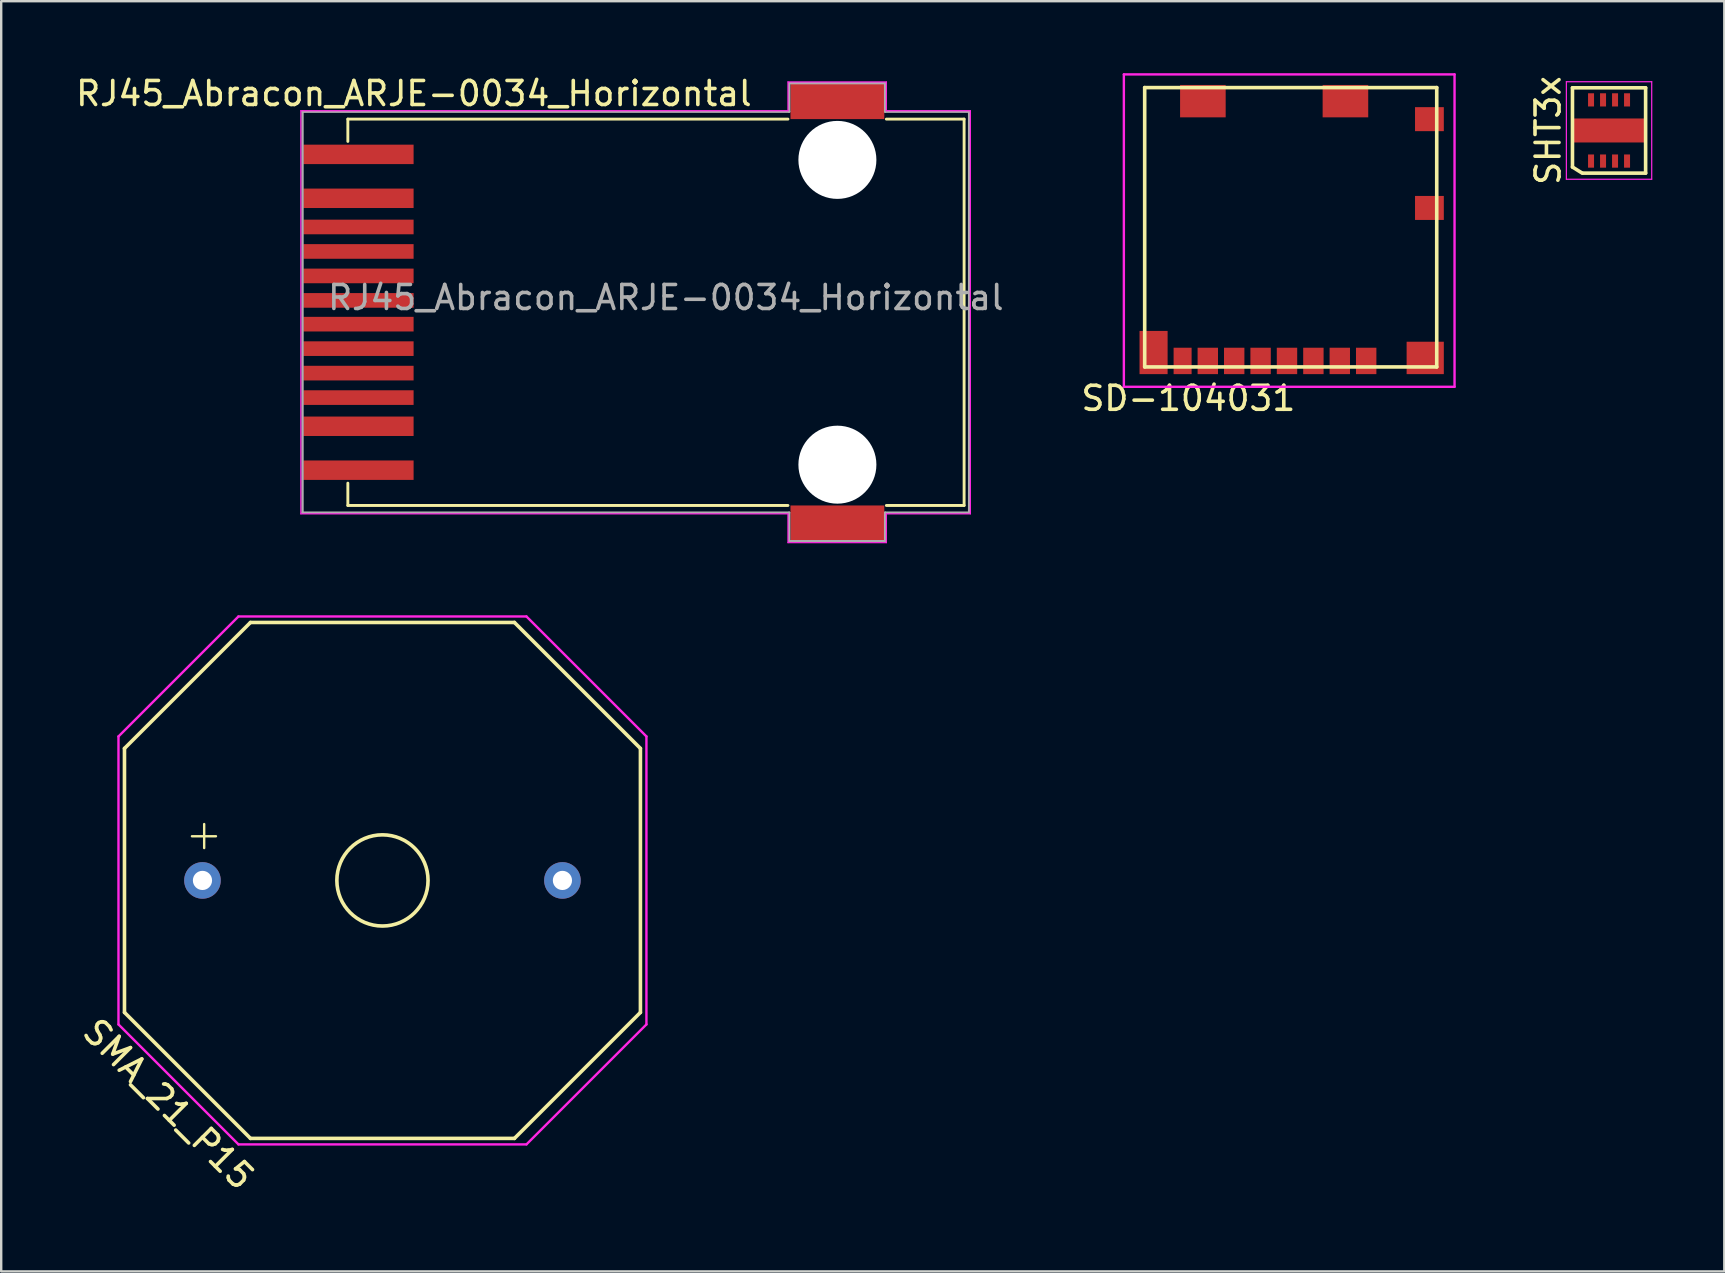
<source format=kicad_pcb>
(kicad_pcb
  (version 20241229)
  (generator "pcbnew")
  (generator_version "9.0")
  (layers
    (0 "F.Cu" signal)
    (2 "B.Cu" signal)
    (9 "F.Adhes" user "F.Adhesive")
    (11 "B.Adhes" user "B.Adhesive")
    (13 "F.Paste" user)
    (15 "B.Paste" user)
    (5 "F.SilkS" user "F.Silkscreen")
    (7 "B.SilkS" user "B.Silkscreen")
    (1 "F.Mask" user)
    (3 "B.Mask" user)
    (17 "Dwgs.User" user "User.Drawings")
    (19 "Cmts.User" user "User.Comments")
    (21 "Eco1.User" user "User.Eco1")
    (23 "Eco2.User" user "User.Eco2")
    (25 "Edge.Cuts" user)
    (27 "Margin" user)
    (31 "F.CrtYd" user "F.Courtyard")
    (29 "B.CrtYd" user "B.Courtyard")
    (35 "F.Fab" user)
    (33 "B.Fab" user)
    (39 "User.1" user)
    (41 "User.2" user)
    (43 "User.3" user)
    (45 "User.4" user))
  (footprint "RJ45_Abracon_ARJE-0034_Horizontal"
    (layer "F.Cu")
    (at 24.285 9.963)
    (property "Reference" "RJ45_Abracon_ARJE-0034_Horizontal" (at -10.089 -9.115 0) (layer "F.SilkS") (effects (font (size 1 1) (thickness 0.15))))
    (attr smd)
    (fp_line (start -12.84 -7.12) (end -12.84 -8.05) (stroke (width 0.12) (type solid)) (layer "F.SilkS"))
    (fp_line (start -12.84 8.05) (end -12.84 7.12) (stroke (width 0.12) (type solid)) (layer "F.SilkS"))
    (fp_line (start -12.84 8.05) (end 5.5 8.05) (stroke (width 0.12) (type solid)) (layer "F.SilkS"))
    (fp_line (start 5.5 -8.05) (end -12.84 -8.05) (stroke (width 0.12) (type solid)) (layer "F.SilkS"))
    (fp_line (start 9.6 8.05) (end 12.84 8.05) (stroke (width 0.12) (type solid)) (layer "F.SilkS"))
    (fp_line (start 12.84 -8.05) (end 9.6 -8.05) (stroke (width 0.12) (type solid)) (layer "F.SilkS"))
    (fp_line (start 12.84 8.05) (end 12.84 -8.05) (stroke (width 0.12) (type solid)) (layer "F.SilkS"))
    (fp_line (start -14.8 -8.4) (end -14.8 8.4) (stroke (width 0.05) (type solid)) (layer "F.CrtYd"))
    (fp_line (start 5.5 -9.6) (end 5.5 -8.4) (stroke (width 0.05) (type solid)) (layer "F.CrtYd"))
    (fp_line (start 5.5 -8.4) (end -14.8 -8.4) (stroke (width 0.05) (type solid)) (layer "F.CrtYd"))
    (fp_line (start 5.5 8.4) (end -14.8 8.4) (stroke (width 0.05) (type solid)) (layer "F.CrtYd"))
    (fp_line (start 5.5 8.4) (end 5.5 9.6) (stroke (width 0.05) (type solid)) (layer "F.CrtYd"))
    (fp_line (start 9.6 -9.6) (end 5.5 -9.6) (stroke (width 0.05) (type solid)) (layer "F.CrtYd"))
    (fp_line (start 9.6 -9.6) (end 9.6 -8.4) (stroke (width 0.05) (type solid)) (layer "F.CrtYd"))
    (fp_line (start 9.6 8.4) (end 9.6 9.6) (stroke (width 0.05) (type solid)) (layer "F.CrtYd"))
    (fp_line (start 9.6 9.6) (end 5.5 9.6) (stroke (width 0.05) (type solid)) (layer "F.CrtYd"))
    (fp_line (start 13.101 -8.4) (end 9.6 -8.4) (stroke (width 0.05) (type solid)) (layer "F.CrtYd"))
    (fp_line (start 13.101 8.4) (end 9.6 8.4) (stroke (width 0.05) (type solid)) (layer "F.CrtYd"))
    (fp_line (start 13.101 8.4) (end 13.101 -8.4) (stroke (width 0.05) (type solid)) (layer "F.CrtYd"))
    (fp_line (start -14.73 -8.36) (end -14.73 8.35) (stroke (width 0.1) (type solid)) (layer "F.Fab"))
    (fp_line (start 5.55 -9.55) (end 5.55 -8.36) (stroke (width 0.1) (type solid)) (layer "F.Fab"))
    (fp_line (start 5.55 -9.55) (end 9.55 -9.55) (stroke (width 0.1) (type solid)) (layer "F.Fab"))
    (fp_line (start 5.55 -8.36) (end -14.73 -8.36) (stroke (width 0.1) (type solid)) (layer "F.Fab"))
    (fp_line (start 5.55 8.35) (end -14.73 8.35) (stroke (width 0.1) (type solid)) (layer "F.Fab"))
    (fp_line (start 5.55 8.35) (end 5.55 9.54) (stroke (width 0.1) (type solid)) (layer "F.Fab"))
    (fp_line (start 5.55 9.54) (end 9.55 9.54) (stroke (width 0.1) (type solid)) (layer "F.Fab"))
    (fp_line (start 9.55 -8.36) (end 9.55 -9.55) (stroke (width 0.1) (type solid)) (layer "F.Fab"))
    (fp_line (start 9.55 -8.36) (end 13.05 -8.36) (stroke (width 0.1) (type solid)) (layer "F.Fab"))
    (fp_line (start 9.55 8.35) (end 9.55 9.54) (stroke (width 0.1) (type solid)) (layer "F.Fab"))
    (fp_line (start 13.05 8.35) (end 9.55 8.35) (stroke (width 0.1) (type solid)) (layer "F.Fab"))
    (fp_line (start 13.05 8.35) (end 13.05 -8.36) (stroke (width 0.1) (type solid)) (layer "F.Fab"))
    (fp_text user "${REFERENCE}" (at 0.411 -0.615 180) (layer "F.Fab") (effects (font (size 1 1) (thickness 0.15))))
    (pad "" np_thru_hole circle (at 7.56 -6.35 90) (size 3.25 3.25) (drill 3.25) (layers "*.Cu" "*.Mask"))
    (pad "" np_thru_hole circle (at 7.56 6.35 90) (size 3.25 3.25) (drill 3.25) (layers "*.Cu" "*.Mask"))
    (pad "1" smd rect (at -12.4 -6.58) (size 4.6 0.81) (layers "F.Cu" "F.Mask" "F.Paste"))
    (pad "2" smd rect (at -12.4 -4.75) (size 4.6 0.81) (layers "F.Cu" "F.Mask" "F.Paste"))
    (pad "3" smd rect (at -12.4 -3.555) (size 4.6 0.61) (layers "F.Cu" "F.Mask" "F.Paste"))
    (pad "4" smd rect (at -12.4 -2.535) (size 4.6 0.61) (layers "F.Cu" "F.Mask" "F.Paste"))
    (pad "5" smd rect (at -12.4 -1.515) (size 4.6 0.61) (layers "F.Cu" "F.Mask" "F.Paste"))
    (pad "6" smd rect (at -12.4 -0.495) (size 4.6 0.61) (layers "F.Cu" "F.Mask" "F.Paste"))
    (pad "7" smd rect (at -12.4 0.495) (size 4.6 0.61) (layers "F.Cu" "F.Mask" "F.Paste"))
    (pad "8" smd rect (at -12.4 1.515) (size 4.6 0.61) (layers "F.Cu" "F.Mask" "F.Paste"))
    (pad "9" smd rect (at -12.4 2.535) (size 4.6 0.61) (layers "F.Cu" "F.Mask" "F.Paste"))
    (pad "10" smd rect (at -12.4 3.555) (size 4.6 0.61) (layers "F.Cu" "F.Mask" "F.Paste"))
    (pad "11" smd rect (at -12.4 4.75) (size 4.6 0.81) (layers "F.Cu" "F.Mask" "F.Paste"))
    (pad "12" smd rect (at -12.4 6.58) (size 4.6 0.81) (layers "F.Cu" "F.Mask" "F.Paste"))
    (pad "13" smd rect (at 7.56 8.8) (size 3.91 1.5) (layers "F.Cu" "F.Mask" "F.Paste"))
    (pad "14" smd rect (at 7.56 -8.8) (size 3.91 1.5) (layers "F.Cu" "F.Mask" "F.Paste")))
  (footprint "SD-104031"
    (layer "F.Cu")
    (at 50.45 6.4)
    (property "Reference" "SD-104031" (at -3.98 7.15 0) (layer "F.SilkS") (effects (font (size 1 1) (thickness 0.15))))
    (attr smd)
    (fp_line (start -5.8 5.84) (end 6.37 5.84) (stroke (width 0.15) (type solid)) (layer "F.SilkS"))
    (fp_line (start -5.8 -5.8) (end -5.8 5.84) (stroke (width 0.15) (type solid)) (layer "F.SilkS"))
    (fp_line (start 6.37 -5.8) (end -5.8 -5.8) (stroke (width 0.15) (type solid)) (layer "F.SilkS"))
    (fp_line (start 6.37 5.84) (end 6.37 -5.8) (stroke (width 0.15) (type solid)) (layer "F.SilkS"))
    (fp_line (start -6.668 -6.35) (end -6.668 6.668) (stroke (width 0.1) (type solid)) (layer "F.CrtYd"))
    (fp_line (start -6.668 -6.35) (end 7.112 -6.35) (stroke (width 0.1) (type solid)) (layer "F.CrtYd"))
    (fp_line (start 7.112 6.668) (end -6.668 6.668) (stroke (width 0.1) (type solid)) (layer "F.CrtYd"))
    (fp_line (start 7.112 6.668) (end 7.112 -6.35) (stroke (width 0.1) (type solid)) (layer "F.CrtYd"))
    (pad "1" smd rect (at -4.22 5.59) (size 0.75 1.1) (layers "F.Cu" "F.Mask" "F.Paste"))
    (pad "2" smd rect (at -3.17 5.59) (size 0.85 1.1) (layers "F.Cu" "F.Mask" "F.Paste"))
    (pad "3" smd rect (at -2.07 5.59) (size 0.85 1.1) (layers "F.Cu" "F.Mask" "F.Paste"))
    (pad "4" smd rect (at -0.97 5.59) (size 0.85 1.1) (layers "F.Cu" "F.Mask" "F.Paste"))
    (pad "5" smd rect (at 0.13 5.59) (size 0.85 1.1) (layers "F.Cu" "F.Mask" "F.Paste"))
    (pad "6" smd rect (at 1.23 5.59) (size 0.85 1.1) (layers "F.Cu" "F.Mask" "F.Paste"))
    (pad "7" smd rect (at 2.33 5.59) (size 0.85 1.1) (layers "F.Cu" "F.Mask" "F.Paste"))
    (pad "8" smd rect (at 3.43 5.59) (size 0.85 1.1) (layers "F.Cu" "F.Mask" "F.Paste"))
    (pad "9" smd rect (at -5.43 5.24) (size 1.17 1.8) (layers "F.Cu" "F.Mask" "F.Paste"))
    (pad "9" smd rect (at -3.375 -5.235) (size 1.9 1.35) (layers "F.Cu" "F.Mask" "F.Paste"))
    (pad "9" smd rect (at 2.565 -5.235) (size 1.9 1.35) (layers "F.Cu" "F.Mask" "F.Paste"))
    (pad "9" smd rect (at 5.89 5.465) (size 1.55 1.35) (layers "F.Cu" "F.Mask" "F.Paste"))
    (pad "10" smd rect (at 6.065 -0.785) (size 1.2 1) (layers "F.Cu" "F.Mask" "F.Paste"))
    (pad "11" smd rect (at 6.065 -4.485) (size 1.2 1) (layers "F.Cu" "F.Mask" "F.Paste")))
  (footprint "SMA_21_P15"
    (layer "F.Cu")
    (at 12.887 33.638)
    (property "Reference" "SMA_21_P15" (at -8.915 9.322 315) (layer "F.SilkS") (effects (font (size 1 1) (thickness 0.15))))
    (attr through_hole)
    (fp_line (start -10.75 -5.5) (end -10.75 5.5) (stroke (width 0.15) (type solid)) (layer "F.SilkS"))
    (fp_line (start -10.75 -5.5) (end -5.502 -10.748) (stroke (width 0.15) (type solid)) (layer "F.SilkS"))
    (fp_line (start -10.748 5.502) (end -5.5 10.75) (stroke (width 0.15) (type solid)) (layer "F.SilkS"))
    (fp_line (start -7.938 -1.841) (end -6.938 -1.841) (stroke (width 0.1) (type solid)) (layer "F.SilkS"))
    (fp_line (start -7.429 -2.349) (end -7.429 -1.349) (stroke (width 0.1) (type solid)) (layer "F.SilkS"))
    (fp_line (start -5.5 -10.75) (end 5.5 -10.75) (stroke (width 0.15) (type solid)) (layer "F.SilkS"))
    (fp_line (start -5.5 10.75) (end 5.5 10.75) (stroke (width 0.15) (type solid)) (layer "F.SilkS"))
    (fp_line (start 5.5 -10.75) (end 10.748 -5.502) (stroke (width 0.15) (type solid)) (layer "F.SilkS"))
    (fp_line (start 5.5 10.75) (end 10.748 5.502) (stroke (width 0.15) (type solid)) (layer "F.SilkS"))
    (fp_line (start 10.75 -5.5) (end 10.75 5.5) (stroke (width 0.15) (type solid)) (layer "F.SilkS"))
    (fp_circle (center 0 0) (end 1.9 0) (stroke (width 0.15) (type solid)) (fill no) (layer "F.SilkS"))
    (fp_line (start -11 -6) (end -11 6) (stroke (width 0.1) (type solid)) (layer "F.CrtYd"))
    (fp_line (start -11 -6) (end -6.004 -10.996) (stroke (width 0.1) (type solid)) (layer "F.CrtYd"))
    (fp_line (start -10.996 6.004) (end -6 11) (stroke (width 0.1) (type solid)) (layer "F.CrtYd"))
    (fp_line (start -6 -11) (end 6 -11) (stroke (width 0.1) (type solid)) (layer "F.CrtYd"))
    (fp_line (start -6 11) (end 6 11) (stroke (width 0.1) (type solid)) (layer "F.CrtYd"))
    (fp_line (start 6 -11) (end 11.002 -5.998) (stroke (width 0.1) (type solid)) (layer "F.CrtYd"))
    (fp_line (start 6.004 10.996) (end 11 6) (stroke (width 0.1) (type solid)) (layer "F.CrtYd"))
    (fp_line (start 11 -6) (end 11 6) (stroke (width 0.1) (type solid)) (layer "F.CrtYd"))
    (pad "1" thru_hole circle (at -7.5 0) (size 1.524 1.524) (drill 0.8) (layers "*.Cu" "*.Mask"))
    (pad "2" thru_hole circle (at 7.5 0) (size 1.524 1.524) (drill 0.8) (layers "*.Cu" "*.Mask")))
  (footprint "SHT3x"
    (layer "F.Cu")
    (at 64 2.387)
    (property "Reference" "SHT3x" (at -2.54 0 90) (layer "F.SilkS") (effects (font (size 1 1) (thickness 0.15))))
    (attr smd)
    (fp_line (start -1.524 -1.778) (end 1.524 -1.778) (stroke (width 0.15) (type solid)) (layer "F.SilkS"))
    (fp_line (start -1.524 1.524) (end -1.524 -1.778) (stroke (width 0.15) (type solid)) (layer "F.SilkS"))
    (fp_line (start -1.118 1.778) (end -1.524 1.524) (stroke (width 0.15) (type solid)) (layer "F.SilkS"))
    (fp_line (start 1.524 -1.778) (end 1.524 1.778) (stroke (width 0.15) (type solid)) (layer "F.SilkS"))
    (fp_line (start 1.524 1.778) (end -1.09 1.778) (stroke (width 0.15) (type solid)) (layer "F.SilkS"))
    (fp_line (start -1.778 -2.032) (end 1.778 -2.032) (stroke (width 0.05) (type solid)) (layer "F.CrtYd"))
    (fp_line (start -1.778 2.032) (end -1.778 -2.032) (stroke (width 0.05) (type solid)) (layer "F.CrtYd"))
    (fp_line (start 1.778 -2.032) (end 1.778 2.032) (stroke (width 0.05) (type solid)) (layer "F.CrtYd"))
    (fp_line (start 1.778 2.032) (end -1.778 2.032) (stroke (width 0.05) (type solid)) (layer "F.CrtYd"))
    (pad "1" smd rect (at -0.75 1.275) (size 0.25 0.55) (layers "F.Cu" "F.Mask" "F.Paste"))
    (pad "2" smd rect (at -0.25 1.275) (size 0.25 0.55) (layers "F.Cu" "F.Mask" "F.Paste"))
    (pad "3" smd rect (at 0.25 1.275) (size 0.25 0.55) (layers "F.Cu" "F.Mask" "F.Paste"))
    (pad "4" smd rect (at 0.75 1.275) (size 0.25 0.55) (layers "F.Cu" "F.Mask" "F.Paste"))
    (pad "5" smd rect (at 0.75 -1.275) (size 0.25 0.55) (layers "F.Cu" "F.Mask" "F.Paste"))
    (pad "6" smd rect (at 0.25 -1.275) (size 0.25 0.55) (layers "F.Cu" "F.Mask" "F.Paste"))
    (pad "7" smd rect (at -0.25 -1.275) (size 0.25 0.55) (layers "F.Cu" "F.Mask" "F.Paste"))
    (pad "8" smd rect (at -0.75 -1.275) (size 0.25 0.55) (layers "F.Cu" "F.Mask" "F.Paste"))
    (pad "8" smd rect (at 0 0 90) (size 1 3) (layers "F.Cu" "F.Mask" "F.Paste")))
  (gr_rect
    (start -3 -3)
    (end 68.803 49.931)
    (stroke (width 0.1) (type default))
    (fill no)
    (layer "Edge.Cuts")))
</source>
